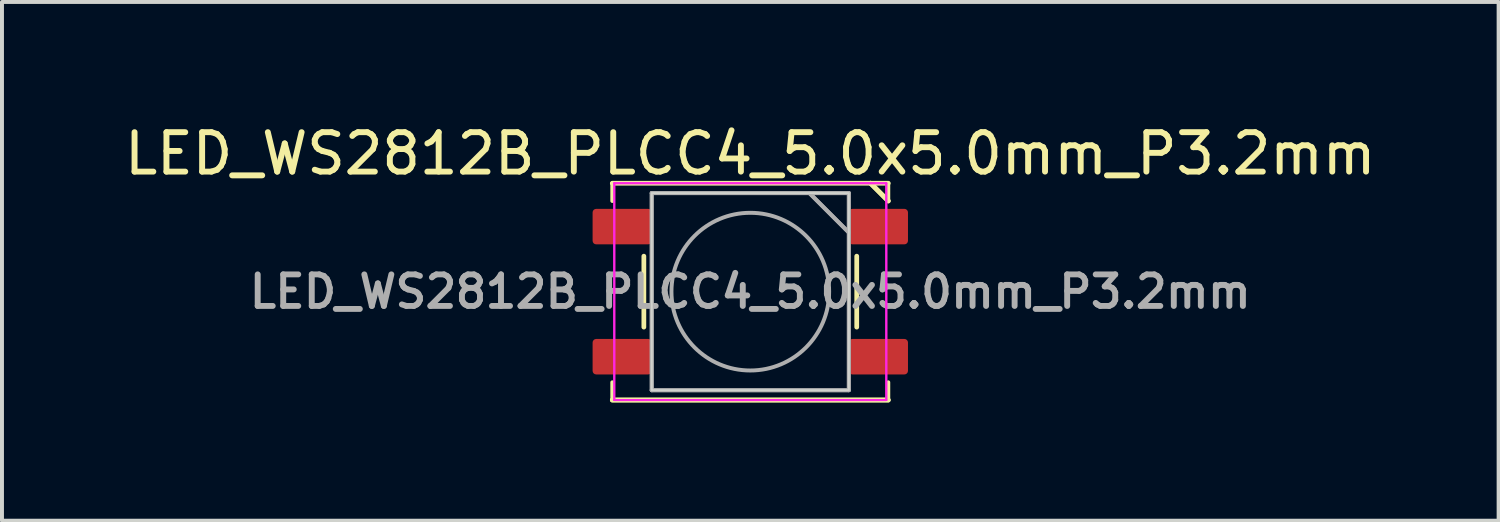
<source format=kicad_pcb>
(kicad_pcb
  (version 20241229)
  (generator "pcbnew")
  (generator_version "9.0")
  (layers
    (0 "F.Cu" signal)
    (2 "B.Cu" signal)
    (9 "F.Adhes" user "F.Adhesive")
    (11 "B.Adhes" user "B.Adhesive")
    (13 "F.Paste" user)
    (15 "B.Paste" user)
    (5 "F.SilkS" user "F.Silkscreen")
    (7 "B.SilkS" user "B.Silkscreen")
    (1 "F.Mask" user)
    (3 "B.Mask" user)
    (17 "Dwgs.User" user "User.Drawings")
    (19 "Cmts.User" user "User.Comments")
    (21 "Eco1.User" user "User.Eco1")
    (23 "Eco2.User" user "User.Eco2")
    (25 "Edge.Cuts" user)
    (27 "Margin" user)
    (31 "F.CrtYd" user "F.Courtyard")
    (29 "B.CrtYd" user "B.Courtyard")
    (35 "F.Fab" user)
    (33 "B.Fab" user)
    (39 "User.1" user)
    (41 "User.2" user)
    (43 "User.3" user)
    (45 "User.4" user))
  (footprint "LED_WS2812B_PLCC4_5.0x5.0mm_P3.2mm"
    (layer "F.Cu")
    (at 15.982 4.348)
    (property "Reference" "LED_WS2812B_PLCC4_5.0x5.0mm_P3.2mm" (at 0 -3.5 0) (layer "F.SilkS") (effects (font (size 1 1) (thickness 0.15))))
    (attr smd)
    (fp_line (start -3.5 -2.75) (end -3.5 -2.3) (stroke (width 0.1) (type default)) (layer "F.SilkS"))
    (fp_line (start -3.5 -2.75) (end 3.5 -2.75) (stroke (width 0.12) (type solid)) (layer "F.SilkS"))
    (fp_line (start -3.5 2.3) (end -3.5 2.75) (stroke (width 0.1) (type default)) (layer "F.SilkS"))
    (fp_line (start -3.5 2.75) (end 3.5 2.75) (stroke (width 0.12) (type solid)) (layer "F.SilkS"))
    (fp_line (start -3.5 2.75) (end 3.5 2.75) (stroke (width 0.12) (type solid)) (layer "F.SilkS"))
    (fp_line (start -2.7 0.9) (end -2.7 -0.9) (stroke (width 0.12) (type default)) (layer "F.SilkS"))
    (fp_line (start 2.7 0.9) (end 2.7 -0.9) (stroke (width 0.12) (type default)) (layer "F.SilkS"))
    (fp_line (start 3.5 -2.75) (end 3.5 -2.3) (stroke (width 0.1) (type default)) (layer "F.SilkS"))
    (fp_line (start 3.5 -2.3) (end 3.05 -2.75) (stroke (width 0.12) (type default)) (layer "F.SilkS"))
    (fp_line (start 3.5 -2.3) (end 3.05 -2.75) (stroke (width 0.12) (type default)) (layer "F.SilkS"))
    (fp_line (start 3.5 2.3) (end 3.5 2.75) (stroke (width 0.1) (type default)) (layer "F.SilkS"))
    (fp_rect (start -2.5 -2.5) (end 2.5 2.5) (stroke (width 0.05) (type default)) (fill no) (layer "Edge.Cuts"))
    (fp_line (start -3.45 -2.75) (end -3.45 2.75) (stroke (width 0.05) (type solid)) (layer "F.CrtYd"))
    (fp_line (start -3.45 -2.75) (end -3.45 2.75) (stroke (width 0.05) (type solid)) (layer "F.CrtYd"))
    (fp_line (start -3.45 2.75) (end 3.45 2.75) (stroke (width 0.05) (type solid)) (layer "F.CrtYd"))
    (fp_line (start -3.45 2.75) (end 3.45 2.75) (stroke (width 0.05) (type solid)) (layer "F.CrtYd"))
    (fp_line (start 3.45 -2.75) (end -3.45 -2.75) (stroke (width 0.05) (type solid)) (layer "F.CrtYd"))
    (fp_line (start 3.45 -2.75) (end -3.45 -2.75) (stroke (width 0.05) (type solid)) (layer "F.CrtYd"))
    (fp_line (start 3.45 2.75) (end 3.45 -2.75) (stroke (width 0.05) (type solid)) (layer "F.CrtYd"))
    (fp_line (start 3.45 2.75) (end 3.45 -2.75) (stroke (width 0.05) (type solid)) (layer "F.CrtYd"))
    (fp_line (start -2.5 2.5) (end 2.5 2.5) (stroke (width 0.1) (type solid)) (layer "F.Fab"))
    (fp_line (start -2.5 -2.5) (end -2.5 2.5) (stroke (width 0.1) (type solid)) (layer "F.Fab"))
    (fp_line (start -2.5 -2.5) (end -2.5 2.5) (stroke (width 0.1) (type solid)) (layer "F.Fab"))
    (fp_line (start -2.5 2.5) (end 2.5 2.5) (stroke (width 0.1) (type solid)) (layer "F.Fab"))
    (fp_line (start 1.5 -2.5) (end 2.5 -1.5) (stroke (width 0.1) (type solid)) (layer "F.Fab"))
    (fp_line (start 1.5 -2.5) (end 2.5 -1.5) (stroke (width 0.1) (type solid)) (layer "F.Fab"))
    (fp_line (start 2.5 -2.5) (end -2.5 -2.5) (stroke (width 0.1) (type solid)) (layer "F.Fab"))
    (fp_line (start 2.5 2.5) (end 2.5 -2.5) (stroke (width 0.1) (type solid)) (layer "F.Fab"))
    (fp_line (start 2.5 2.5) (end 2.5 -2.5) (stroke (width 0.1) (type solid)) (layer "F.Fab"))
    (fp_line (start 2.5 -2.5) (end -2.5 -2.5) (stroke (width 0.1) (type solid)) (layer "F.Fab"))
    (fp_circle (center 0 0) (end 0 -2) (stroke (width 0.1) (type solid)) (fill no) (layer "F.Fab"))
    (fp_text user "${REFERENCE}" (at 0 0 0) (layer "F.Fab") (effects (font (size 0.8 0.8) (thickness 0.15))))
    (pad "1" smd roundrect (at -3.25 1.65) (size 1.5 0.9) (layers "F.Cu" "F.Mask" "F.Paste") (roundrect_rratio 0.1))
    (pad "2" smd roundrect (at -3.25 -1.65) (size 1.5 0.9) (layers "F.Cu" "F.Mask" "F.Paste") (roundrect_rratio 0.1))
    (pad "3" smd roundrect (at 3.25 -1.65) (size 1.5 0.9) (layers "F.Cu" "F.Mask" "F.Paste") (roundrect_rratio 0.1))
    (pad "4" smd roundrect (at 3.25 1.65) (size 1.5 0.9) (layers "F.Cu" "F.Mask" "F.Paste") (roundrect_rratio 0.1)))
  (gr_rect
    (start -3 -3)
    (end 34.964 10.158)
    (stroke (width 0.1) (type default))
    (fill no)
    (layer "Edge.Cuts")))
</source>
